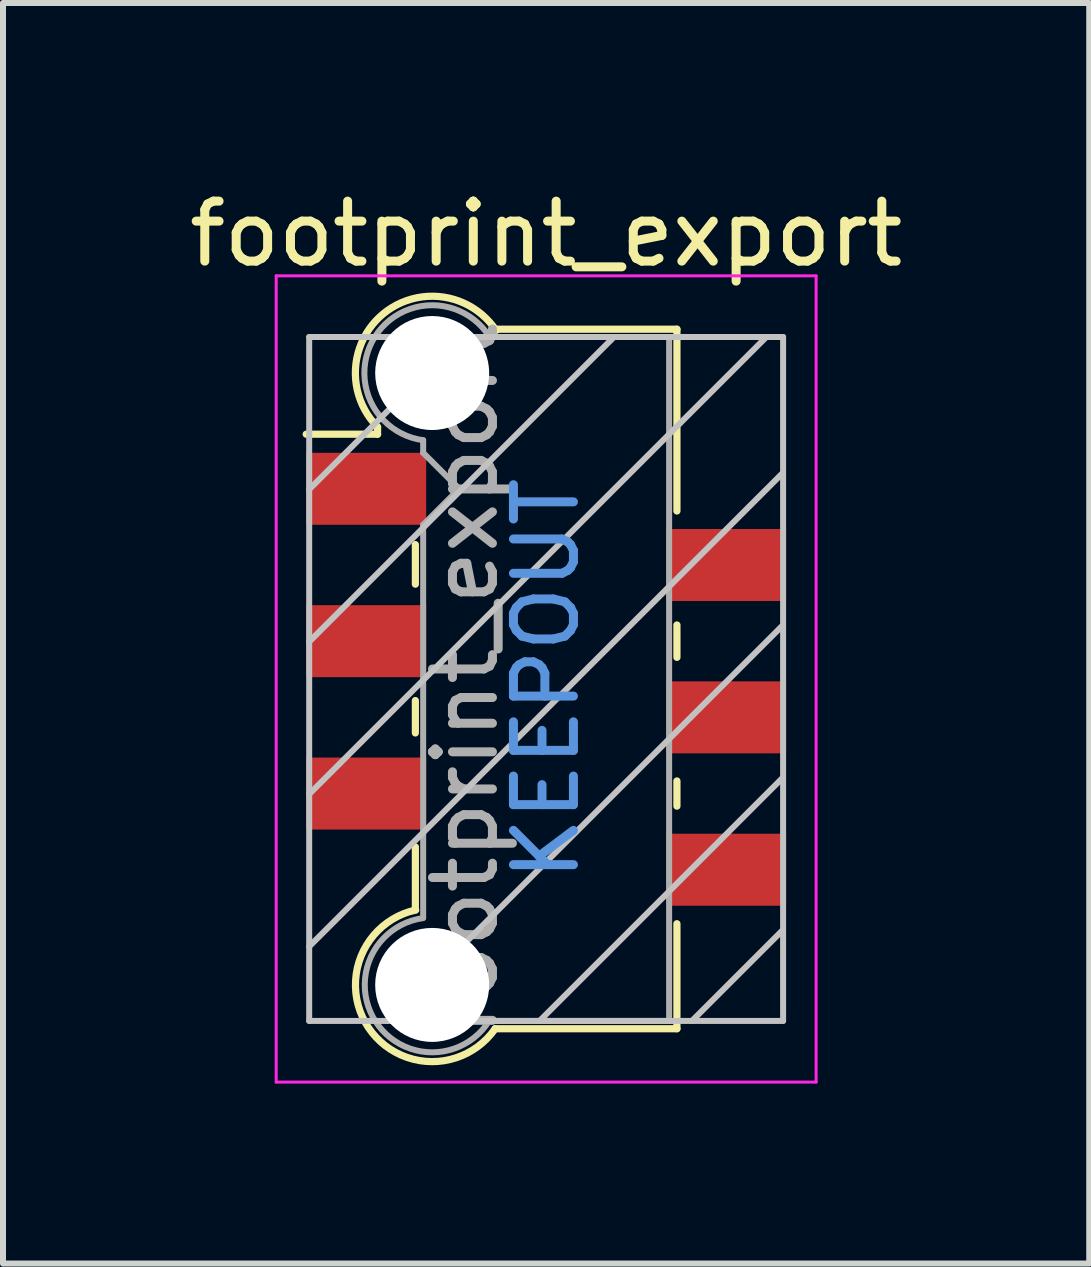
<source format=kicad_pcb>
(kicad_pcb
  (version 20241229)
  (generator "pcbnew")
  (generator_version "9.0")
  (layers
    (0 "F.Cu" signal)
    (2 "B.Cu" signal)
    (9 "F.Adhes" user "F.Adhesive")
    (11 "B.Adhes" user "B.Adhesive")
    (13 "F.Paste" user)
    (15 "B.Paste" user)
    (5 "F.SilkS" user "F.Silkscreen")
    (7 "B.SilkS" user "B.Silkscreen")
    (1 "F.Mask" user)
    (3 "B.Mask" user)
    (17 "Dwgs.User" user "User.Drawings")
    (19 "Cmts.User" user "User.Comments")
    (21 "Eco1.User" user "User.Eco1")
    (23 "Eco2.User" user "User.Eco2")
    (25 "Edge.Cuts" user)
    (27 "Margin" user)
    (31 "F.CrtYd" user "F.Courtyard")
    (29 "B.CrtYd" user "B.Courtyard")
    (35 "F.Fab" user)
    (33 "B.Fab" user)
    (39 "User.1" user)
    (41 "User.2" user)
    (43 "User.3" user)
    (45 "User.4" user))
  (footprint "footprint_export"
    (layer "F.Cu")
    (at 6.054 8.268)
    (property "Reference" "footprint_export" (at 0 -7.42 0) (layer "F.SilkS") (effects (font (size 1 1) (thickness 0.15))))
    (attr smd)
    (fp_line (start -2.81 -4.2) (end -2.81 -4.08) (stroke (width 0.12) (type solid)) (layer "F.SilkS"))
    (fp_line (start -2.81 -4.08) (end -4 -4.08) (stroke (width 0.12) (type solid)) (layer "F.SilkS"))
    (fp_line (start -2.18 -1.58) (end -2.18 -2.24) (stroke (width 0.12) (type solid)) (layer "F.SilkS"))
    (fp_line (start -2.18 0.9) (end -2.18 0.36) (stroke (width 0.12) (type solid)) (layer "F.SilkS"))
    (fp_line (start -2.18 3.85) (end -2.18 2.8) (stroke (width 0.12) (type solid)) (layer "F.SilkS"))
    (fp_line (start 2.18 -5.83) (end -0.82 -5.83) (stroke (width 0.12) (type solid)) (layer "F.SilkS"))
    (fp_line (start 2.18 -5.83) (end 2.18 -2.8) (stroke (width 0.12) (type solid)) (layer "F.SilkS"))
    (fp_line (start 2.18 -0.9) (end 2.18 -0.36) (stroke (width 0.12) (type solid)) (layer "F.SilkS"))
    (fp_line (start 2.18 1.7) (end 2.18 2.12) (stroke (width 0.12) (type solid)) (layer "F.SilkS"))
    (fp_line (start 2.18 4.08) (end 2.18 5.83) (stroke (width 0.12) (type solid)) (layer "F.SilkS"))
    (fp_line (start 2.18 5.83) (end -0.85 5.83) (stroke (width 0.12) (type solid)) (layer "F.SilkS"))
    (fp_arc (start -2.81 -4.2) (mid -2.708637 -6.092072) (end -0.834991 -5.809828) (stroke (width 0.12) (type solid)) (layer "F.SilkS"))
    (fp_arc (start -0.85 5.83) (mid -2.962791 5.811248) (end -2.174424 3.850964) (stroke (width 0.12) (type solid)) (layer "F.SilkS"))
    (fp_line (start -3.95 -5.7) (end -3.95 5.7) (stroke (width 0.1) (type solid)) (layer "Dwgs.User"))
    (fp_line (start -3.95 -3.16) (end -1.41 -5.7) (stroke (width 0.1) (type solid)) (layer "Dwgs.User"))
    (fp_line (start -3.95 -0.62) (end 1.13 -5.7) (stroke (width 0.1) (type solid)) (layer "Dwgs.User"))
    (fp_line (start -3.95 1.92) (end 3.67 -5.7) (stroke (width 0.1) (type solid)) (layer "Dwgs.User"))
    (fp_line (start -3.95 4.46) (end 3.95 -3.44) (stroke (width 0.1) (type solid)) (layer "Dwgs.User"))
    (fp_line (start -3.95 5.7) (end 3.95 5.7) (stroke (width 0.1) (type solid)) (layer "Dwgs.User"))
    (fp_line (start -2.65 5.7) (end 3.95 -0.9) (stroke (width 0.1) (type solid)) (layer "Dwgs.User"))
    (fp_line (start -0.11 5.7) (end 3.95 1.64) (stroke (width 0.1) (type solid)) (layer "Dwgs.User"))
    (fp_line (start 2.43 5.7) (end 3.95 4.18) (stroke (width 0.1) (type solid)) (layer "Dwgs.User"))
    (fp_line (start 3.95 -5.7) (end -3.95 -5.7) (stroke (width 0.1) (type solid)) (layer "Dwgs.User"))
    (fp_line (start 3.95 5.7) (end 3.95 -5.7) (stroke (width 0.1) (type solid)) (layer "Dwgs.User"))
    (fp_line (start -4.5 -6.72) (end -4.5 6.72) (stroke (width 0.05) (type solid)) (layer "F.CrtYd"))
    (fp_line (start -4.5 6.72) (end 4.5 6.72) (stroke (width 0.05) (type solid)) (layer "F.CrtYd"))
    (fp_line (start 4.5 -6.72) (end -4.5 -6.72) (stroke (width 0.05) (type solid)) (layer "F.CrtYd"))
    (fp_line (start 4.5 6.72) (end 4.5 -6.72) (stroke (width 0.05) (type solid)) (layer "F.CrtYd"))
    (fp_line (start -2.05 -3.77) (end -2.05 -3.98) (stroke (width 0.1) (type solid)) (layer "F.Fab"))
    (fp_line (start -2.05 -2.57) (end -1.45 -3.17) (stroke (width 0.1) (type solid)) (layer "F.Fab"))
    (fp_line (start -2.05 3.98) (end -2.05 -2.57) (stroke (width 0.1) (type solid)) (layer "F.Fab"))
    (fp_line (start -1.45 -3.17) (end -2.05 -3.77) (stroke (width 0.1) (type solid)) (layer "F.Fab"))
    (fp_line (start 2.05 -5.7) (end -0.93 -5.7) (stroke (width 0.1) (type solid)) (layer "F.Fab"))
    (fp_line (start 2.05 -5.7) (end 2.05 5.7) (stroke (width 0.1) (type solid)) (layer "F.Fab"))
    (fp_line (start 2.05 5.7) (end -0.95 5.7) (stroke (width 0.1) (type solid)) (layer "F.Fab"))
    (fp_arc (start -2.05 -3.98) (mid -2.851672 -5.709279) (end -0.945612 -5.705015) (stroke (width 0.1) (type solid)) (layer "F.Fab"))
    (fp_arc (start -0.95 5.7) (mid -2.845272 5.707422) (end -2.051022 3.986585) (stroke (width 0.1) (type solid)) (layer "F.Fab"))
    (fp_text user "KEEPOUT" (at 0 0 90) (layer "Cmts.User") (effects (font (size 1 1) (thickness 0.15))))
    (fp_text user "${REFERENCE}" (at -1.35 0 90) (layer "F.Fab") (effects (font (size 1 1) (thickness 0.15))))
    (pad "" np_thru_hole circle (at -1.9 -5.1) (size 1.9 1.9) (drill 1.9) (layers "*.Cu" "*.Mask"))
    (pad "" np_thru_hole circle (at -1.9 5.1) (size 1.9 1.9) (drill 1.9) (layers "*.Cu" "*.Mask"))
    (pad "1" smd rect (at -3 -3.17) (size 2 1.2) (layers "F.Cu" "F.Mask" "F.Paste"))
    (pad "2" smd rect (at 3 -1.9) (size 2 1.2) (layers "F.Cu" "F.Mask" "F.Paste"))
    (pad "3" smd rect (at -3 -0.63) (size 2 1.2) (layers "F.Cu" "F.Mask" "F.Paste"))
    (pad "4" smd rect (at 3 0.64) (size 2 1.2) (layers "F.Cu" "F.Mask" "F.Paste"))
    (pad "5" smd rect (at -3 1.91) (size 2 1.2) (layers "F.Cu" "F.Mask" "F.Paste"))
    (pad "6" smd rect (at 3 3.18) (size 2 1.2) (layers "F.Cu" "F.Mask" "F.Paste")))
  (gr_rect
    (start -3 -3)
    (end 15.107 18.013)
    (stroke (width 0.1) (type default))
    (fill no)
    (layer "Edge.Cuts")))
</source>
